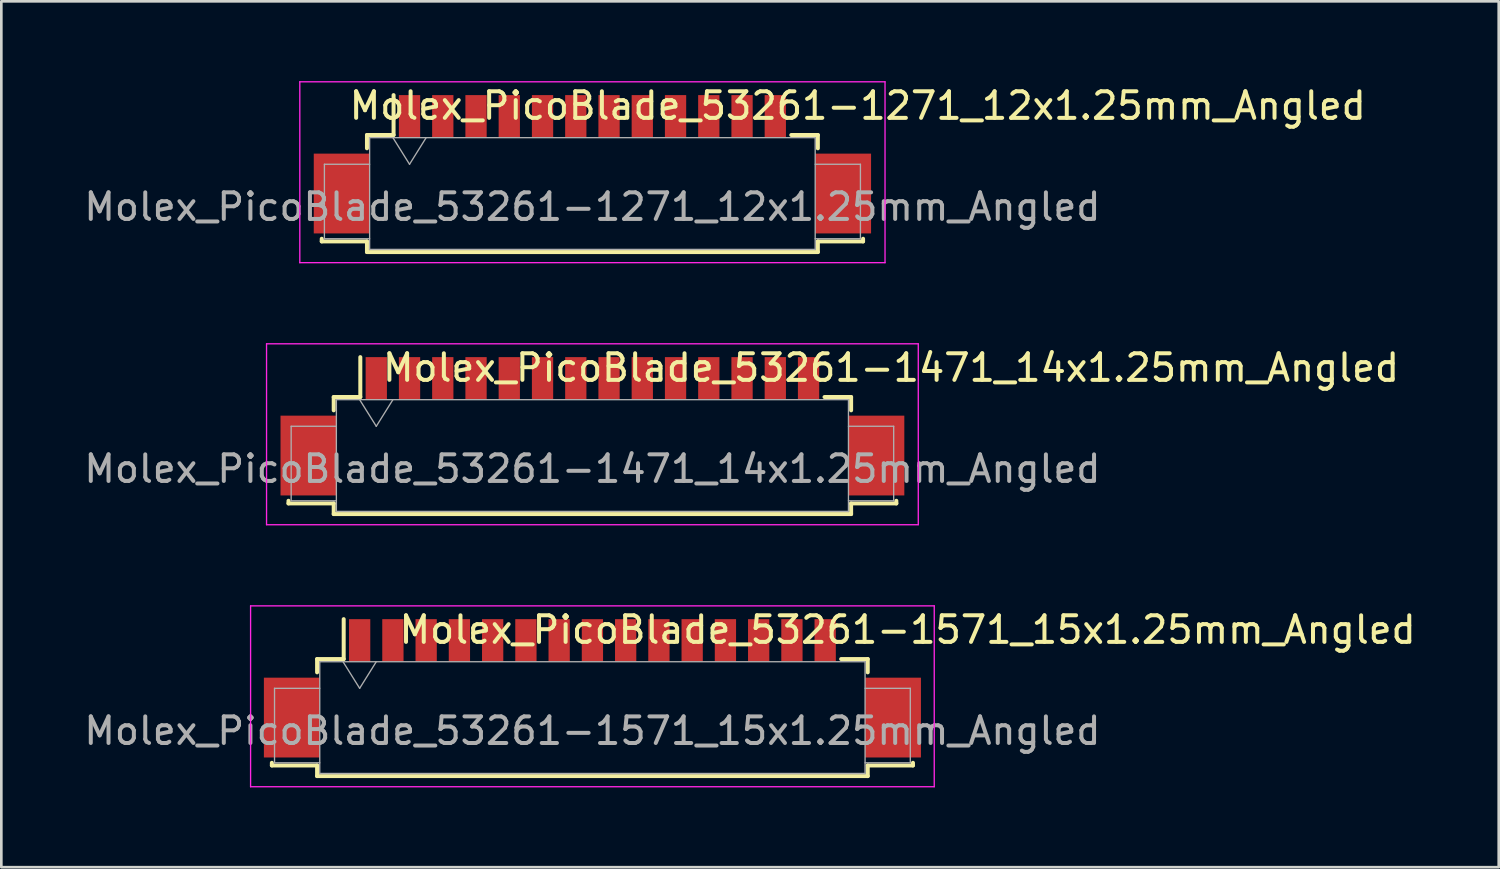
<source format=kicad_pcb>
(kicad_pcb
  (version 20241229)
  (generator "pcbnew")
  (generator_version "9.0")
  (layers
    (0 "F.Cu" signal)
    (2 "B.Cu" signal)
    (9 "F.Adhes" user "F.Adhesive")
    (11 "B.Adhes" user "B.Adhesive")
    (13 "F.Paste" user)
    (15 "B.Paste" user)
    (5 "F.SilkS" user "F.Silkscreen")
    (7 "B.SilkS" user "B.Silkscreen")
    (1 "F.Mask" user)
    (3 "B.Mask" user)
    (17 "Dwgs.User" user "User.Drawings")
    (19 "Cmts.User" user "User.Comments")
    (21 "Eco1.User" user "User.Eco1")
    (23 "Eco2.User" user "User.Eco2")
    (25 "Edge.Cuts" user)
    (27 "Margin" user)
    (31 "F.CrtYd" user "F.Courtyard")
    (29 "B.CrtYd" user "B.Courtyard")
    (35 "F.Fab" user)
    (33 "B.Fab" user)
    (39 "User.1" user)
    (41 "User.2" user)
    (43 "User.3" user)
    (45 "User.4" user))
  (footprint "Molex_PicoBlade_53261-1471_14x1.25mm_Angled"
    (layer "F.Cu")
    (at 19.22 14.075)
    (property "Reference" "Molex_PicoBlade_53261-1471_14x1.25mm_Angled" (at 0 0.5 0) (layer "F.Fab") (effects (font (size 1 1) (thickness 0.15))))
    (attr through_hole)
    (fp_line (start -11.425 1.7) (end -11.425 1.8) (stroke (width 0.15) (type solid)) (layer "F.SilkS"))
    (fp_line (start -11.425 1.8) (end -9.725 1.8) (stroke (width 0.15) (type solid)) (layer "F.SilkS"))
    (fp_line (start -9.725 -2.2) (end -9.725 -1.7) (stroke (width 0.15) (type solid)) (layer "F.SilkS"))
    (fp_line (start -9.725 1.8) (end -9.725 2.2) (stroke (width 0.15) (type solid)) (layer "F.SilkS"))
    (fp_line (start -9.725 2.2) (end 9.725 2.2) (stroke (width 0.15) (type solid)) (layer "F.SilkS"))
    (fp_line (start -8.725 -3.7) (end -8.725 -2.2) (stroke (width 0.15) (type solid)) (layer "F.SilkS"))
    (fp_line (start -8.725 -2.2) (end -9.725 -2.2) (stroke (width 0.15) (type solid)) (layer "F.SilkS"))
    (fp_line (start 8.725 -2.2) (end 9.725 -2.2) (stroke (width 0.15) (type solid)) (layer "F.SilkS"))
    (fp_line (start 9.725 -2.2) (end 9.725 -1.7) (stroke (width 0.15) (type solid)) (layer "F.SilkS"))
    (fp_line (start 9.725 1.8) (end 11.425 1.8) (stroke (width 0.15) (type solid)) (layer "F.SilkS"))
    (fp_line (start 9.725 2.2) (end 9.725 1.8) (stroke (width 0.15) (type solid)) (layer "F.SilkS"))
    (fp_line (start 11.425 1.8) (end 11.425 1.7) (stroke (width 0.15) (type solid)) (layer "F.SilkS"))
    (fp_line (start -12.25 -4.2) (end -12.25 2.6) (stroke (width 0.05) (type solid)) (layer "F.CrtYd"))
    (fp_line (start -12.25 2.6) (end 12.25 2.6) (stroke (width 0.05) (type solid)) (layer "F.CrtYd"))
    (fp_line (start 12.25 -4.2) (end -12.25 -4.2) (stroke (width 0.05) (type solid)) (layer "F.CrtYd"))
    (fp_line (start 12.25 2.6) (end 12.25 -4.2) (stroke (width 0.05) (type solid)) (layer "F.CrtYd"))
    (fp_line (start -11.325 -1.1) (end -9.625 -1.1) (stroke (width 0.05) (type solid)) (layer "F.Fab"))
    (fp_line (start -11.325 1.7) (end -11.325 -1.1) (stroke (width 0.05) (type solid)) (layer "F.Fab"))
    (fp_line (start -9.625 -2.1) (end 9.625 -2.1) (stroke (width 0.05) (type solid)) (layer "F.Fab"))
    (fp_line (start -9.625 1.7) (end -11.325 1.7) (stroke (width 0.05) (type solid)) (layer "F.Fab"))
    (fp_line (start -9.625 2.1) (end -9.625 -2.1) (stroke (width 0.05) (type solid)) (layer "F.Fab"))
    (fp_line (start -8.75 -2.1) (end -8.125 -1.1) (stroke (width 0.05) (type solid)) (layer "F.Fab"))
    (fp_line (start -8.125 -1.1) (end -7.5 -2.1) (stroke (width 0.05) (type solid)) (layer "F.Fab"))
    (fp_line (start 9.625 -2.1) (end 9.625 2.1) (stroke (width 0.05) (type solid)) (layer "F.Fab"))
    (fp_line (start 9.625 -1.1) (end 11.325 -1.1) (stroke (width 0.05) (type solid)) (layer "F.Fab"))
    (fp_line (start 9.625 2.1) (end -9.625 2.1) (stroke (width 0.05) (type solid)) (layer "F.Fab"))
    (fp_line (start 11.325 -1.1) (end 11.325 1.7) (stroke (width 0.05) (type solid)) (layer "F.Fab"))
    (fp_line (start 11.325 1.7) (end 9.625 1.7) (stroke (width 0.05) (type solid)) (layer "F.Fab"))
    (fp_text user "${REFERENCE}" (at 11.225 -3.3 0) (layer "F.SilkS") (effects (font (size 1 1) (thickness 0.15))))
    (pad "" smd rect (at -10.675 0) (size 2.1 3) (layers "F.Cu" "F.Mask" "F.Paste"))
    (pad "" smd rect (at 10.675 0) (size 2.1 3) (layers "F.Cu" "F.Mask" "F.Paste"))
    (pad "1" smd rect (at -8.125 -2.9) (size 0.8 1.6) (layers "F.Cu" "F.Mask" "F.Paste"))
    (pad "2" smd rect (at -6.875 -2.9) (size 0.8 1.6) (layers "F.Cu" "F.Mask" "F.Paste"))
    (pad "3" smd rect (at -5.625 -2.9) (size 0.8 1.6) (layers "F.Cu" "F.Mask" "F.Paste"))
    (pad "4" smd rect (at -4.375 -2.9) (size 0.8 1.6) (layers "F.Cu" "F.Mask" "F.Paste"))
    (pad "5" smd rect (at -3.125 -2.9) (size 0.8 1.6) (layers "F.Cu" "F.Mask" "F.Paste"))
    (pad "6" smd rect (at -1.875 -2.9) (size 0.8 1.6) (layers "F.Cu" "F.Mask" "F.Paste"))
    (pad "7" smd rect (at -0.625 -2.9) (size 0.8 1.6) (layers "F.Cu" "F.Mask" "F.Paste"))
    (pad "8" smd rect (at 0.625 -2.9) (size 0.8 1.6) (layers "F.Cu" "F.Mask" "F.Paste"))
    (pad "9" smd rect (at 1.875 -2.9) (size 0.8 1.6) (layers "F.Cu" "F.Mask" "F.Paste"))
    (pad "10" smd rect (at 3.125 -2.9) (size 0.8 1.6) (layers "F.Cu" "F.Mask" "F.Paste"))
    (pad "11" smd rect (at 4.375 -2.9) (size 0.8 1.6) (layers "F.Cu" "F.Mask" "F.Paste"))
    (pad "12" smd rect (at 5.625 -2.9) (size 0.8 1.6) (layers "F.Cu" "F.Mask" "F.Paste"))
    (pad "13" smd rect (at 6.875 -2.9) (size 0.8 1.6) (layers "F.Cu" "F.Mask" "F.Paste"))
    (pad "14" smd rect (at 8.125 -2.9) (size 0.8 1.6) (layers "F.Cu" "F.Mask" "F.Paste")))
  (footprint "Molex_PicoBlade_53261-1271_12x1.25mm_Angled"
    (layer "F.Cu")
    (at 19.22 4.225)
    (property "Reference" "Molex_PicoBlade_53261-1271_12x1.25mm_Angled" (at 0 0.5 0) (layer "F.Fab") (effects (font (size 1 1) (thickness 0.15))))
    (attr through_hole)
    (fp_line (start -10.175 1.7) (end -10.175 1.8) (stroke (width 0.15) (type solid)) (layer "F.SilkS"))
    (fp_line (start -10.175 1.8) (end -8.475 1.8) (stroke (width 0.15) (type solid)) (layer "F.SilkS"))
    (fp_line (start -8.475 -2.2) (end -8.475 -1.7) (stroke (width 0.15) (type solid)) (layer "F.SilkS"))
    (fp_line (start -8.475 1.8) (end -8.475 2.2) (stroke (width 0.15) (type solid)) (layer "F.SilkS"))
    (fp_line (start -8.475 2.2) (end 8.475 2.2) (stroke (width 0.15) (type solid)) (layer "F.SilkS"))
    (fp_line (start -7.475 -3.7) (end -7.475 -2.2) (stroke (width 0.15) (type solid)) (layer "F.SilkS"))
    (fp_line (start -7.475 -2.2) (end -8.475 -2.2) (stroke (width 0.15) (type solid)) (layer "F.SilkS"))
    (fp_line (start 7.475 -2.2) (end 8.475 -2.2) (stroke (width 0.15) (type solid)) (layer "F.SilkS"))
    (fp_line (start 8.475 -2.2) (end 8.475 -1.7) (stroke (width 0.15) (type solid)) (layer "F.SilkS"))
    (fp_line (start 8.475 1.8) (end 10.175 1.8) (stroke (width 0.15) (type solid)) (layer "F.SilkS"))
    (fp_line (start 8.475 2.2) (end 8.475 1.8) (stroke (width 0.15) (type solid)) (layer "F.SilkS"))
    (fp_line (start 10.175 1.8) (end 10.175 1.7) (stroke (width 0.15) (type solid)) (layer "F.SilkS"))
    (fp_line (start -11 -4.2) (end -11 2.6) (stroke (width 0.05) (type solid)) (layer "F.CrtYd"))
    (fp_line (start -11 2.6) (end 11 2.6) (stroke (width 0.05) (type solid)) (layer "F.CrtYd"))
    (fp_line (start 11 -4.2) (end -11 -4.2) (stroke (width 0.05) (type solid)) (layer "F.CrtYd"))
    (fp_line (start 11 2.6) (end 11 -4.2) (stroke (width 0.05) (type solid)) (layer "F.CrtYd"))
    (fp_line (start -10.075 -1.1) (end -8.375 -1.1) (stroke (width 0.05) (type solid)) (layer "F.Fab"))
    (fp_line (start -10.075 1.7) (end -10.075 -1.1) (stroke (width 0.05) (type solid)) (layer "F.Fab"))
    (fp_line (start -8.375 -2.1) (end 8.375 -2.1) (stroke (width 0.05) (type solid)) (layer "F.Fab"))
    (fp_line (start -8.375 1.7) (end -10.075 1.7) (stroke (width 0.05) (type solid)) (layer "F.Fab"))
    (fp_line (start -8.375 2.1) (end -8.375 -2.1) (stroke (width 0.05) (type solid)) (layer "F.Fab"))
    (fp_line (start -7.5 -2.1) (end -6.875 -1.1) (stroke (width 0.05) (type solid)) (layer "F.Fab"))
    (fp_line (start -6.875 -1.1) (end -6.25 -2.1) (stroke (width 0.05) (type solid)) (layer "F.Fab"))
    (fp_line (start 8.375 -2.1) (end 8.375 2.1) (stroke (width 0.05) (type solid)) (layer "F.Fab"))
    (fp_line (start 8.375 -1.1) (end 10.075 -1.1) (stroke (width 0.05) (type solid)) (layer "F.Fab"))
    (fp_line (start 8.375 2.1) (end -8.375 2.1) (stroke (width 0.05) (type solid)) (layer "F.Fab"))
    (fp_line (start 10.075 -1.1) (end 10.075 1.7) (stroke (width 0.05) (type solid)) (layer "F.Fab"))
    (fp_line (start 10.075 1.7) (end 8.375 1.7) (stroke (width 0.05) (type solid)) (layer "F.Fab"))
    (fp_text user "${REFERENCE}" (at 9.975 -3.3 0) (layer "F.SilkS") (effects (font (size 1 1) (thickness 0.15))))
    (pad "" smd rect (at -9.425 0) (size 2.1 3) (layers "F.Cu" "F.Mask" "F.Paste"))
    (pad "" smd rect (at 9.425 0) (size 2.1 3) (layers "F.Cu" "F.Mask" "F.Paste"))
    (pad "1" smd rect (at -6.875 -2.9) (size 0.8 1.6) (layers "F.Cu" "F.Mask" "F.Paste"))
    (pad "2" smd rect (at -5.625 -2.9) (size 0.8 1.6) (layers "F.Cu" "F.Mask" "F.Paste"))
    (pad "3" smd rect (at -4.375 -2.9) (size 0.8 1.6) (layers "F.Cu" "F.Mask" "F.Paste"))
    (pad "4" smd rect (at -3.125 -2.9) (size 0.8 1.6) (layers "F.Cu" "F.Mask" "F.Paste"))
    (pad "5" smd rect (at -1.875 -2.9) (size 0.8 1.6) (layers "F.Cu" "F.Mask" "F.Paste"))
    (pad "6" smd rect (at -0.625 -2.9) (size 0.8 1.6) (layers "F.Cu" "F.Mask" "F.Paste"))
    (pad "7" smd rect (at 0.625 -2.9) (size 0.8 1.6) (layers "F.Cu" "F.Mask" "F.Paste"))
    (pad "8" smd rect (at 1.875 -2.9) (size 0.8 1.6) (layers "F.Cu" "F.Mask" "F.Paste"))
    (pad "9" smd rect (at 3.125 -2.9) (size 0.8 1.6) (layers "F.Cu" "F.Mask" "F.Paste"))
    (pad "10" smd rect (at 4.375 -2.9) (size 0.8 1.6) (layers "F.Cu" "F.Mask" "F.Paste"))
    (pad "11" smd rect (at 5.625 -2.9) (size 0.8 1.6) (layers "F.Cu" "F.Mask" "F.Paste"))
    (pad "12" smd rect (at 6.875 -2.9) (size 0.8 1.6) (layers "F.Cu" "F.Mask" "F.Paste")))
  (footprint "Molex_PicoBlade_53261-1571_15x1.25mm_Angled"
    (layer "F.Cu")
    (at 19.22 23.925)
    (property "Reference" "Molex_PicoBlade_53261-1571_15x1.25mm_Angled" (at 0 0.5 0) (layer "F.Fab") (effects (font (size 1 1) (thickness 0.15))))
    (attr through_hole)
    (fp_line (start -12.05 1.7) (end -12.05 1.8) (stroke (width 0.15) (type solid)) (layer "F.SilkS"))
    (fp_line (start -12.05 1.8) (end -10.35 1.8) (stroke (width 0.15) (type solid)) (layer "F.SilkS"))
    (fp_line (start -10.35 -2.2) (end -10.35 -1.7) (stroke (width 0.15) (type solid)) (layer "F.SilkS"))
    (fp_line (start -10.35 1.8) (end -10.35 2.2) (stroke (width 0.15) (type solid)) (layer "F.SilkS"))
    (fp_line (start -10.35 2.2) (end 10.35 2.2) (stroke (width 0.15) (type solid)) (layer "F.SilkS"))
    (fp_line (start -9.35 -3.7) (end -9.35 -2.2) (stroke (width 0.15) (type solid)) (layer "F.SilkS"))
    (fp_line (start -9.35 -2.2) (end -10.35 -2.2) (stroke (width 0.15) (type solid)) (layer "F.SilkS"))
    (fp_line (start 9.35 -2.2) (end 10.35 -2.2) (stroke (width 0.15) (type solid)) (layer "F.SilkS"))
    (fp_line (start 10.35 -2.2) (end 10.35 -1.7) (stroke (width 0.15) (type solid)) (layer "F.SilkS"))
    (fp_line (start 10.35 1.8) (end 12.05 1.8) (stroke (width 0.15) (type solid)) (layer "F.SilkS"))
    (fp_line (start 10.35 2.2) (end 10.35 1.8) (stroke (width 0.15) (type solid)) (layer "F.SilkS"))
    (fp_line (start 12.05 1.8) (end 12.05 1.7) (stroke (width 0.15) (type solid)) (layer "F.SilkS"))
    (fp_line (start -12.85 -4.2) (end -12.85 2.6) (stroke (width 0.05) (type solid)) (layer "F.CrtYd"))
    (fp_line (start -12.85 2.6) (end 12.85 2.6) (stroke (width 0.05) (type solid)) (layer "F.CrtYd"))
    (fp_line (start 12.85 -4.2) (end -12.85 -4.2) (stroke (width 0.05) (type solid)) (layer "F.CrtYd"))
    (fp_line (start 12.85 2.6) (end 12.85 -4.2) (stroke (width 0.05) (type solid)) (layer "F.CrtYd"))
    (fp_line (start -11.95 -1.1) (end -10.25 -1.1) (stroke (width 0.05) (type solid)) (layer "F.Fab"))
    (fp_line (start -11.95 1.7) (end -11.95 -1.1) (stroke (width 0.05) (type solid)) (layer "F.Fab"))
    (fp_line (start -10.25 -2.1) (end 10.25 -2.1) (stroke (width 0.05) (type solid)) (layer "F.Fab"))
    (fp_line (start -10.25 1.7) (end -11.95 1.7) (stroke (width 0.05) (type solid)) (layer "F.Fab"))
    (fp_line (start -10.25 2.1) (end -10.25 -2.1) (stroke (width 0.05) (type solid)) (layer "F.Fab"))
    (fp_line (start -9.375 -2.1) (end -8.75 -1.1) (stroke (width 0.05) (type solid)) (layer "F.Fab"))
    (fp_line (start -8.75 -1.1) (end -8.125 -2.1) (stroke (width 0.05) (type solid)) (layer "F.Fab"))
    (fp_line (start 10.25 -2.1) (end 10.25 2.1) (stroke (width 0.05) (type solid)) (layer "F.Fab"))
    (fp_line (start 10.25 -1.1) (end 11.95 -1.1) (stroke (width 0.05) (type solid)) (layer "F.Fab"))
    (fp_line (start 10.25 2.1) (end -10.25 2.1) (stroke (width 0.05) (type solid)) (layer "F.Fab"))
    (fp_line (start 11.95 -1.1) (end 11.95 1.7) (stroke (width 0.05) (type solid)) (layer "F.Fab"))
    (fp_line (start 11.95 1.7) (end 10.25 1.7) (stroke (width 0.05) (type solid)) (layer "F.Fab"))
    (fp_text user "${REFERENCE}" (at 11.85 -3.3 0) (layer "F.SilkS") (effects (font (size 1 1) (thickness 0.15))))
    (pad "" smd rect (at -11.3 0) (size 2.1 3) (layers "F.Cu" "F.Mask" "F.Paste"))
    (pad "" smd rect (at 11.3 0) (size 2.1 3) (layers "F.Cu" "F.Mask" "F.Paste"))
    (pad "1" smd rect (at -8.75 -2.9) (size 0.8 1.6) (layers "F.Cu" "F.Mask" "F.Paste"))
    (pad "2" smd rect (at -7.5 -2.9) (size 0.8 1.6) (layers "F.Cu" "F.Mask" "F.Paste"))
    (pad "3" smd rect (at -6.25 -2.9) (size 0.8 1.6) (layers "F.Cu" "F.Mask" "F.Paste"))
    (pad "4" smd rect (at -5 -2.9) (size 0.8 1.6) (layers "F.Cu" "F.Mask" "F.Paste"))
    (pad "5" smd rect (at -3.75 -2.9) (size 0.8 1.6) (layers "F.Cu" "F.Mask" "F.Paste"))
    (pad "6" smd rect (at -2.5 -2.9) (size 0.8 1.6) (layers "F.Cu" "F.Mask" "F.Paste"))
    (pad "7" smd rect (at -1.25 -2.9) (size 0.8 1.6) (layers "F.Cu" "F.Mask" "F.Paste"))
    (pad "8" smd rect (at 0 -2.9) (size 0.8 1.6) (layers "F.Cu" "F.Mask" "F.Paste"))
    (pad "9" smd rect (at 1.25 -2.9) (size 0.8 1.6) (layers "F.Cu" "F.Mask" "F.Paste"))
    (pad "10" smd rect (at 2.5 -2.9) (size 0.8 1.6) (layers "F.Cu" "F.Mask" "F.Paste"))
    (pad "11" smd rect (at 3.75 -2.9) (size 0.8 1.6) (layers "F.Cu" "F.Mask" "F.Paste"))
    (pad "12" smd rect (at 5 -2.9) (size 0.8 1.6) (layers "F.Cu" "F.Mask" "F.Paste"))
    (pad "13" smd rect (at 6.25 -2.9) (size 0.8 1.6) (layers "F.Cu" "F.Mask" "F.Paste"))
    (pad "14" smd rect (at 7.5 -2.9) (size 0.8 1.6) (layers "F.Cu" "F.Mask" "F.Paste"))
    (pad "15" smd rect (at 8.75 -2.9) (size 0.8 1.6) (layers "F.Cu" "F.Mask" "F.Paste")))
  (gr_rect
    (start -3 -3)
    (end 53.29 29.55)
    (stroke (width 0.1) (type default))
    (fill no)
    (layer "Edge.Cuts")))
</source>
